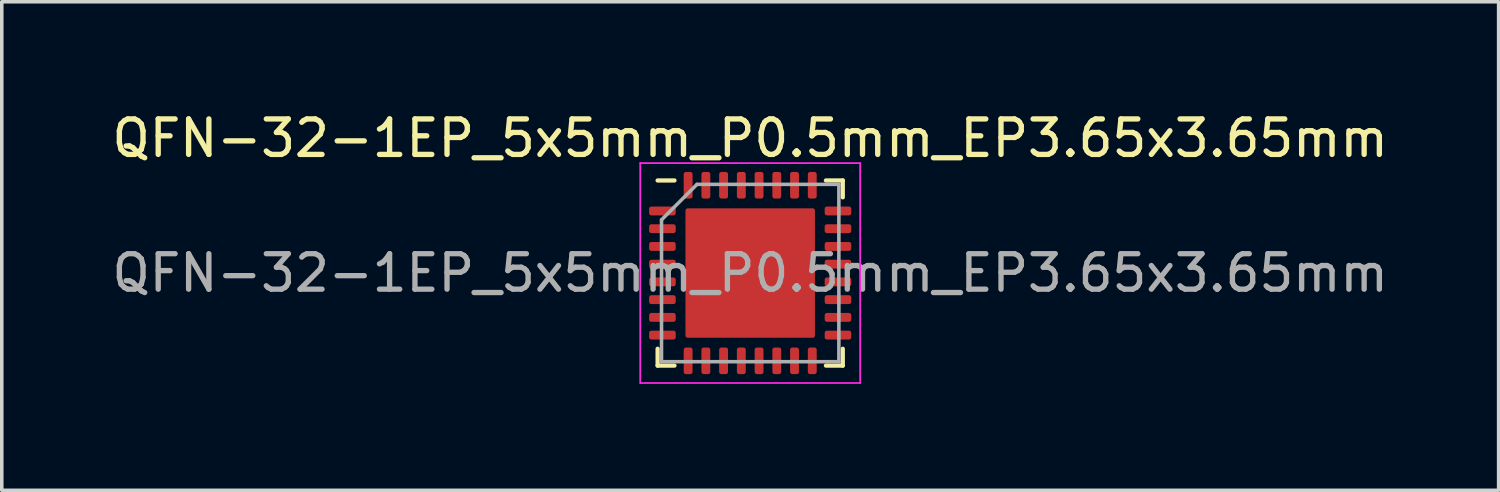
<source format=kicad_pcb>
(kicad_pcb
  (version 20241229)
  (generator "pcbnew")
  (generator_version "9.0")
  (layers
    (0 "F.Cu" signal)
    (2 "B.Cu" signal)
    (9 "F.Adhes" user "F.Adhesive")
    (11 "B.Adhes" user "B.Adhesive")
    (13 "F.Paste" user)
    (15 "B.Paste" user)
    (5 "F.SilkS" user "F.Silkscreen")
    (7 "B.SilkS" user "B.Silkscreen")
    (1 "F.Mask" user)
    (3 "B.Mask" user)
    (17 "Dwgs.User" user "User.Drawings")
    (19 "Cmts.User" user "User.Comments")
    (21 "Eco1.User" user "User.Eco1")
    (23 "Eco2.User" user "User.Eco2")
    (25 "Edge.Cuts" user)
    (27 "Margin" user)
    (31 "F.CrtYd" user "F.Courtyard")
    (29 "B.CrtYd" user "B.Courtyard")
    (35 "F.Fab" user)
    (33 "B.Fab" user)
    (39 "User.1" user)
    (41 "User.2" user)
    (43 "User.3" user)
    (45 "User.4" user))
  (footprint "QFN-32-1EP_5x5mm_P0.5mm_EP3.65x3.65mm"
    (layer "F.Cu")
    (at 18.101 4.648)
    (property "Reference" "QFN-32-1EP_5x5mm_P0.5mm_EP3.65x3.65mm" (at 0 -3.8 0) (layer "F.SilkS") (effects (font (size 1 1) (thickness 0.15))))
    (attr smd)
    (fp_line (start -2.61 2.61) (end -2.61 2.135) (stroke (width 0.12) (type solid)) (layer "F.SilkS"))
    (fp_line (start -2.135 -2.61) (end -2.61 -2.61) (stroke (width 0.12) (type solid)) (layer "F.SilkS"))
    (fp_line (start -2.135 2.61) (end -2.61 2.61) (stroke (width 0.12) (type solid)) (layer "F.SilkS"))
    (fp_line (start 2.135 -2.61) (end 2.61 -2.61) (stroke (width 0.12) (type solid)) (layer "F.SilkS"))
    (fp_line (start 2.135 2.61) (end 2.61 2.61) (stroke (width 0.12) (type solid)) (layer "F.SilkS"))
    (fp_line (start 2.61 -2.61) (end 2.61 -2.135) (stroke (width 0.12) (type solid)) (layer "F.SilkS"))
    (fp_line (start 2.61 2.61) (end 2.61 2.135) (stroke (width 0.12) (type solid)) (layer "F.SilkS"))
    (fp_line (start -3.1 -3.1) (end -3.1 3.1) (stroke (width 0.05) (type solid)) (layer "F.CrtYd"))
    (fp_line (start -3.1 3.1) (end 3.1 3.1) (stroke (width 0.05) (type solid)) (layer "F.CrtYd"))
    (fp_line (start 3.1 -3.1) (end -3.1 -3.1) (stroke (width 0.05) (type solid)) (layer "F.CrtYd"))
    (fp_line (start 3.1 3.1) (end 3.1 -3.1) (stroke (width 0.05) (type solid)) (layer "F.CrtYd"))
    (fp_line (start -2.5 -1.5) (end -1.5 -2.5) (stroke (width 0.1) (type solid)) (layer "F.Fab"))
    (fp_line (start -2.5 2.5) (end -2.5 -1.5) (stroke (width 0.1) (type solid)) (layer "F.Fab"))
    (fp_line (start -1.5 -2.5) (end 2.5 -2.5) (stroke (width 0.1) (type solid)) (layer "F.Fab"))
    (fp_line (start 2.5 -2.5) (end 2.5 2.5) (stroke (width 0.1) (type solid)) (layer "F.Fab"))
    (fp_line (start 2.5 2.5) (end -2.5 2.5) (stroke (width 0.1) (type solid)) (layer "F.Fab"))
    (fp_text user "${REFERENCE}" (at 0 0 0) (layer "F.Fab") (effects (font (size 1 1) (thickness 0.15))))
    (pad "" smd roundrect (at -1.22 -1.22) (size 0.98 0.98) (layers "F.Paste") (roundrect_rratio 0.25))
    (pad "" smd roundrect (at -1.22 0) (size 0.98 0.98) (layers "F.Paste") (roundrect_rratio 0.25))
    (pad "" smd roundrect (at -1.22 1.22) (size 0.98 0.98) (layers "F.Paste") (roundrect_rratio 0.25))
    (pad "" smd roundrect (at 0 -1.22) (size 0.98 0.98) (layers "F.Paste") (roundrect_rratio 0.25))
    (pad "" smd roundrect (at 0 0) (size 0.98 0.98) (layers "F.Paste") (roundrect_rratio 0.25))
    (pad "" smd roundrect (at 0 1.22) (size 0.98 0.98) (layers "F.Paste") (roundrect_rratio 0.25))
    (pad "" smd roundrect (at 1.22 -1.22) (size 0.98 0.98) (layers "F.Paste") (roundrect_rratio 0.25))
    (pad "" smd roundrect (at 1.22 0) (size 0.98 0.98) (layers "F.Paste") (roundrect_rratio 0.25))
    (pad "" smd roundrect (at 1.22 1.22) (size 0.98 0.98) (layers "F.Paste") (roundrect_rratio 0.25))
    (pad "1" smd roundrect (at -2.475 -1.75) (size 0.75 0.25) (layers "F.Cu" "F.Mask" "F.Paste") (roundrect_rratio 0.25))
    (pad "2" smd roundrect (at -2.475 -1.25) (size 0.75 0.25) (layers "F.Cu" "F.Mask" "F.Paste") (roundrect_rratio 0.25))
    (pad "3" smd roundrect (at -2.475 -0.75) (size 0.75 0.25) (layers "F.Cu" "F.Mask" "F.Paste") (roundrect_rratio 0.25))
    (pad "4" smd roundrect (at -2.475 -0.25) (size 0.75 0.25) (layers "F.Cu" "F.Mask" "F.Paste") (roundrect_rratio 0.25))
    (pad "5" smd roundrect (at -2.475 0.25) (size 0.75 0.25) (layers "F.Cu" "F.Mask" "F.Paste") (roundrect_rratio 0.25))
    (pad "6" smd roundrect (at -2.475 0.75) (size 0.75 0.25) (layers "F.Cu" "F.Mask" "F.Paste") (roundrect_rratio 0.25))
    (pad "7" smd roundrect (at -2.475 1.25) (size 0.75 0.25) (layers "F.Cu" "F.Mask" "F.Paste") (roundrect_rratio 0.25))
    (pad "8" smd roundrect (at -2.475 1.75) (size 0.75 0.25) (layers "F.Cu" "F.Mask" "F.Paste") (roundrect_rratio 0.25))
    (pad "9" smd roundrect (at -1.75 2.475) (size 0.25 0.75) (layers "F.Cu" "F.Mask" "F.Paste") (roundrect_rratio 0.25))
    (pad "10" smd roundrect (at -1.25 2.475) (size 0.25 0.75) (layers "F.Cu" "F.Mask" "F.Paste") (roundrect_rratio 0.25))
    (pad "11" smd roundrect (at -0.75 2.475) (size 0.25 0.75) (layers "F.Cu" "F.Mask" "F.Paste") (roundrect_rratio 0.25))
    (pad "12" smd roundrect (at -0.25 2.475) (size 0.25 0.75) (layers "F.Cu" "F.Mask" "F.Paste") (roundrect_rratio 0.25))
    (pad "13" smd roundrect (at 0.25 2.475) (size 0.25 0.75) (layers "F.Cu" "F.Mask" "F.Paste") (roundrect_rratio 0.25))
    (pad "14" smd roundrect (at 0.75 2.475) (size 0.25 0.75) (layers "F.Cu" "F.Mask" "F.Paste") (roundrect_rratio 0.25))
    (pad "15" smd roundrect (at 1.25 2.475) (size 0.25 0.75) (layers "F.Cu" "F.Mask" "F.Paste") (roundrect_rratio 0.25))
    (pad "16" smd roundrect (at 1.75 2.475) (size 0.25 0.75) (layers "F.Cu" "F.Mask" "F.Paste") (roundrect_rratio 0.25))
    (pad "17" smd roundrect (at 2.475 1.75) (size 0.75 0.25) (layers "F.Cu" "F.Mask" "F.Paste") (roundrect_rratio 0.25))
    (pad "18" smd roundrect (at 2.475 1.25) (size 0.75 0.25) (layers "F.Cu" "F.Mask" "F.Paste") (roundrect_rratio 0.25))
    (pad "19" smd roundrect (at 2.475 0.75) (size 0.75 0.25) (layers "F.Cu" "F.Mask" "F.Paste") (roundrect_rratio 0.25))
    (pad "20" smd roundrect (at 2.475 0.25) (size 0.75 0.25) (layers "F.Cu" "F.Mask" "F.Paste") (roundrect_rratio 0.25))
    (pad "21" smd roundrect (at 2.475 -0.25) (size 0.75 0.25) (layers "F.Cu" "F.Mask" "F.Paste") (roundrect_rratio 0.25))
    (pad "22" smd roundrect (at 2.475 -0.75) (size 0.75 0.25) (layers "F.Cu" "F.Mask" "F.Paste") (roundrect_rratio 0.25))
    (pad "23" smd roundrect (at 2.475 -1.25) (size 0.75 0.25) (layers "F.Cu" "F.Mask" "F.Paste") (roundrect_rratio 0.25))
    (pad "24" smd roundrect (at 2.475 -1.75) (size 0.75 0.25) (layers "F.Cu" "F.Mask" "F.Paste") (roundrect_rratio 0.25))
    (pad "25" smd roundrect (at 1.75 -2.475) (size 0.25 0.75) (layers "F.Cu" "F.Mask" "F.Paste") (roundrect_rratio 0.25))
    (pad "26" smd roundrect (at 1.25 -2.475) (size 0.25 0.75) (layers "F.Cu" "F.Mask" "F.Paste") (roundrect_rratio 0.25))
    (pad "27" smd roundrect (at 0.75 -2.475) (size 0.25 0.75) (layers "F.Cu" "F.Mask" "F.Paste") (roundrect_rratio 0.25))
    (pad "28" smd roundrect (at 0.25 -2.475) (size 0.25 0.75) (layers "F.Cu" "F.Mask" "F.Paste") (roundrect_rratio 0.25))
    (pad "29" smd roundrect (at -0.25 -2.475) (size 0.25 0.75) (layers "F.Cu" "F.Mask" "F.Paste") (roundrect_rratio 0.25))
    (pad "30" smd roundrect (at -0.75 -2.475) (size 0.25 0.75) (layers "F.Cu" "F.Mask" "F.Paste") (roundrect_rratio 0.25))
    (pad "31" smd roundrect (at -1.25 -2.475) (size 0.25 0.75) (layers "F.Cu" "F.Mask" "F.Paste") (roundrect_rratio 0.25))
    (pad "32" smd roundrect (at -1.75 -2.475) (size 0.25 0.75) (layers "F.Cu" "F.Mask" "F.Paste") (roundrect_rratio 0.25))
    (pad "33" smd roundrect (at 0 0) (size 3.65 3.65) (layers "F.Cu" "F.Mask") (roundrect_rratio 0.017)))
  (gr_rect
    (start -3 -3)
    (end 39.202 10.773)
    (stroke (width 0.1) (type default))
    (fill no)
    (layer "Edge.Cuts")))
</source>
